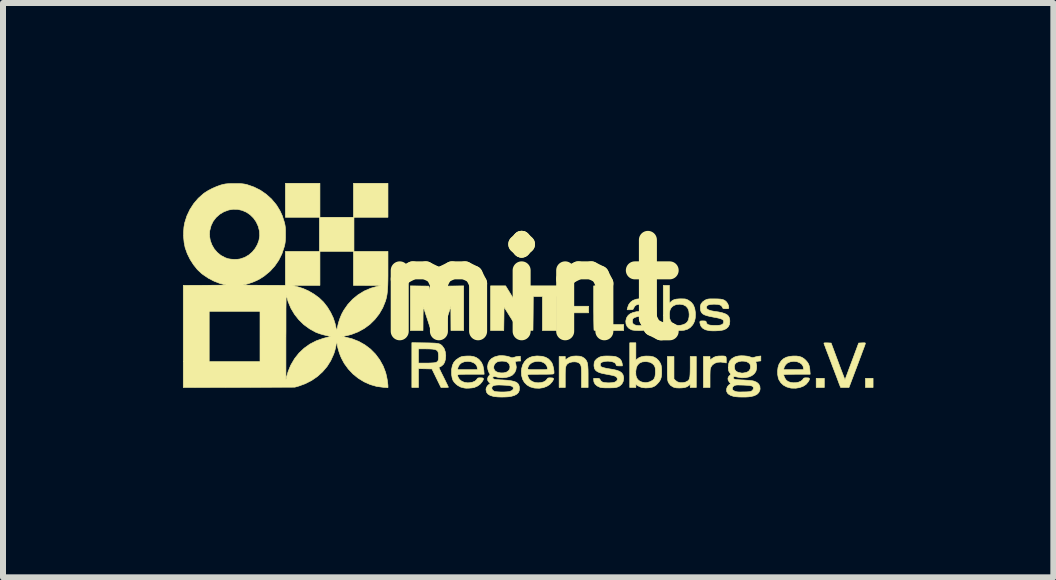
<source format=kicad_pcb>
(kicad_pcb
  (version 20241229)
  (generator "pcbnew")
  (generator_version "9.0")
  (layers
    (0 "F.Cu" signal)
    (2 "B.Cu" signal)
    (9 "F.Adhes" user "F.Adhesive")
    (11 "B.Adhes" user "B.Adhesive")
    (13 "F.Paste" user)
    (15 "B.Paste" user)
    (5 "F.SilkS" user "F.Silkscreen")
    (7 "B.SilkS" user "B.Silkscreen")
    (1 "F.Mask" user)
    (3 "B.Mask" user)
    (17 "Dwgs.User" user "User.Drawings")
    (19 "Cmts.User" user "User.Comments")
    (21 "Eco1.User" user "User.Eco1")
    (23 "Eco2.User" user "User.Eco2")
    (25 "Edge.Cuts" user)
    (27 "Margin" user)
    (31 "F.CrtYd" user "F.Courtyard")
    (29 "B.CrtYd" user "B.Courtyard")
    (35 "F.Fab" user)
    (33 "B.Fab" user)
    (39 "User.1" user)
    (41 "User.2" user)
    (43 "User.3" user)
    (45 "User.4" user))
  (footprint "mint"
    (layer "F.Cu")
    (at 5.754 1.783)
    (property "Reference" "mint" (at 0 0 0) (layer "F.SilkS") (effects (font (size 1.524 1.524) (thickness 0.3))))
    (attr through_hole)
    (fp_poly (pts (xy -0.728 0.677) (xy -0.965 0.677) (xy -0.965 -0.068) (xy -0.728 -0.068) (xy -0.728 0.677)) (stroke (width 0.01) (type solid)) (fill yes) (layer "F.SilkS"))
    (fp_poly (pts (xy 1.008 0.381) (xy 0.601 0.381) (xy 0.601 0.271) (xy 1.008 0.271) (xy 1.008 0.381)) (stroke (width 0.01) (type solid)) (fill yes) (layer "F.SilkS"))
    (fp_poly (pts (xy 4.936 1.626) (xy 4.801 1.626) (xy 4.801 1.473) (xy 4.936 1.473) (xy 4.936 1.626)) (stroke (width 0.01) (type solid)) (fill yes) (layer "F.SilkS"))
    (fp_poly (pts (xy 5.749 1.626) (xy 5.622 1.626) (xy 5.622 1.473) (xy 5.749 1.473) (xy 5.749 1.626)) (stroke (width 0.01) (type solid)) (fill yes) (layer "F.SilkS"))
    (fp_poly (pts (xy 1.211 0.576) (xy 1.592 0.576) (xy 1.592 0.677) (xy 1.348 0.677) (xy 1.285 0.677) (xy 1.228 0.677) (xy 1.178 0.676) (xy 1.139 0.675) (xy 1.112 0.673) (xy 1.099 0.672) (xy 1.098 0.672) (xy 1.097 0.662) (xy 1.096 0.638) (xy 1.095 0.6) (xy 1.094 0.55) (xy 1.093 0.491) (xy 1.093 0.423) (xy 1.092 0.349) (xy 1.092 0.299) (xy 1.092 -0.068) (xy 1.211 -0.068) (xy 1.211 0.576)) (stroke (width 0.01) (type solid)) (fill yes) (layer "F.SilkS"))
    (fp_poly (pts (xy 3.253 1.101) (xy 3.279 1.104) (xy 3.293 1.111) (xy 3.3 1.125) (xy 3.302 1.148) (xy 3.302 1.164) (xy 3.302 1.217) (xy 3.27 1.21) (xy 3.209 1.202) (xy 3.154 1.206) (xy 3.107 1.223) (xy 3.07 1.251) (xy 3.051 1.278) (xy 3.044 1.292) (xy 3.039 1.306) (xy 3.035 1.323) (xy 3.033 1.346) (xy 3.032 1.377) (xy 3.031 1.42) (xy 3.031 1.47) (xy 3.031 1.626) (xy 2.921 1.626) (xy 2.921 1.109) (xy 3.031 1.109) (xy 3.031 1.169) (xy 3.063 1.144) (xy 3.097 1.122) (xy 3.133 1.108) (xy 3.175 1.102) (xy 3.214 1.101) (xy 3.253 1.101)) (stroke (width 0.01) (type solid)) (fill yes) (layer "F.SilkS"))
    (fp_poly (pts (xy -0.262 0.118) (xy -0.148 0.304) (xy -0.146 0.118) (xy -0.144 -0.068) (xy 0.711 -0.068) (xy 0.711 0.11) (xy 0.474 0.11) (xy 0.474 0.677) (xy 0.237 0.677) (xy 0.237 0.11) (xy 0.085 0.11) (xy 0.083 0.392) (xy 0.08 0.673) (xy -0.034 0.675) (xy -0.081 0.676) (xy -0.114 0.676) (xy -0.136 0.674) (xy -0.15 0.671) (xy -0.159 0.666) (xy -0.162 0.663) (xy -0.17 0.652) (xy -0.186 0.628) (xy -0.207 0.595) (xy -0.234 0.553) (xy -0.264 0.506) (xy -0.289 0.466) (xy -0.402 0.285) (xy -0.404 0.481) (xy -0.407 0.677) (xy -0.627 0.677) (xy -0.627 -0.068) (xy -0.376 -0.068) (xy -0.262 0.118)) (stroke (width 0.01) (type solid)) (fill yes) (layer "F.SilkS"))
    (fp_poly (pts (xy 2.43 1.483) (xy 2.458 1.511) (xy 2.491 1.534) (xy 2.534 1.545) (xy 2.579 1.546) (xy 2.624 1.536) (xy 2.657 1.519) (xy 2.671 1.507) (xy 2.682 1.493) (xy 2.689 1.474) (xy 2.695 1.447) (xy 2.698 1.412) (xy 2.7 1.364) (xy 2.701 1.303) (xy 2.701 1.279) (xy 2.701 1.109) (xy 2.802 1.109) (xy 2.802 1.626) (xy 2.701 1.626) (xy 2.701 1.573) (xy 2.675 1.595) (xy 2.646 1.614) (xy 2.611 1.626) (xy 2.567 1.632) (xy 2.519 1.634) (xy 2.47 1.632) (xy 2.434 1.624) (xy 2.417 1.618) (xy 2.374 1.591) (xy 2.344 1.553) (xy 2.333 1.531) (xy 2.329 1.517) (xy 2.325 1.498) (xy 2.323 1.472) (xy 2.321 1.436) (xy 2.32 1.388) (xy 2.32 1.327) (xy 2.32 1.304) (xy 2.32 1.109) (xy 2.43 1.109) (xy 2.43 1.483)) (stroke (width 0.01) (type solid)) (fill yes) (layer "F.SilkS"))
    (fp_poly (pts (xy -1.075 0.677) (xy -1.287 0.677) (xy -1.288 0.476) (xy -1.289 0.275) (xy -1.419 0.673) (xy -1.62 0.673) (xy -1.68 0.487) (xy -1.698 0.433) (xy -1.714 0.384) (xy -1.727 0.343) (xy -1.738 0.311) (xy -1.744 0.292) (xy -1.746 0.288) (xy -1.747 0.292) (xy -1.749 0.312) (xy -1.75 0.343) (xy -1.751 0.386) (xy -1.752 0.437) (xy -1.752 0.476) (xy -1.753 0.677) (xy -1.964 0.677) (xy -1.964 -0.068) (xy -1.81 -0.066) (xy -1.656 -0.064) (xy -1.591 0.14) (xy -1.574 0.196) (xy -1.557 0.247) (xy -1.543 0.291) (xy -1.532 0.326) (xy -1.525 0.348) (xy -1.523 0.356) (xy -1.519 0.351) (xy -1.511 0.333) (xy -1.499 0.302) (xy -1.484 0.261) (xy -1.466 0.212) (xy -1.447 0.156) (xy -1.446 0.152) (xy -1.374 -0.064) (xy -1.225 -0.066) (xy -1.075 -0.068) (xy -1.075 0.677)) (stroke (width 0.01) (type solid)) (fill yes) (layer "F.SilkS"))
    (fp_poly (pts (xy 0.855 1.104) (xy 0.897 1.115) (xy 0.932 1.136) (xy 0.95 1.152) (xy 0.964 1.169) (xy 0.976 1.189) (xy 0.985 1.212) (xy 0.991 1.241) (xy 0.995 1.279) (xy 0.998 1.328) (xy 0.999 1.39) (xy 0.999 1.448) (xy 0.999 1.626) (xy 0.889 1.626) (xy 0.889 1.45) (xy 0.889 1.386) (xy 0.888 1.337) (xy 0.886 1.3) (xy 0.882 1.272) (xy 0.876 1.253) (xy 0.868 1.238) (xy 0.857 1.226) (xy 0.844 1.216) (xy 0.815 1.203) (xy 0.777 1.198) (xy 0.735 1.2) (xy 0.696 1.209) (xy 0.682 1.215) (xy 0.662 1.227) (xy 0.647 1.24) (xy 0.635 1.257) (xy 0.627 1.28) (xy 0.622 1.31) (xy 0.619 1.352) (xy 0.618 1.406) (xy 0.618 1.458) (xy 0.618 1.626) (xy 0.516 1.626) (xy 0.516 1.109) (xy 0.618 1.109) (xy 0.618 1.169) (xy 0.65 1.144) (xy 0.69 1.12) (xy 0.738 1.105) (xy 0.797 1.101) (xy 0.8 1.101) (xy 0.855 1.104)) (stroke (width 0.01) (type solid)) (fill yes) (layer "F.SilkS"))
    (fp_poly (pts (xy 5.614 0.882) (xy 5.62 0.886) (xy 5.62 0.894) (xy 5.619 0.899) (xy 5.615 0.911) (xy 5.606 0.937) (xy 5.592 0.975) (xy 5.573 1.024) (xy 5.552 1.082) (xy 5.527 1.148) (xy 5.501 1.219) (xy 5.481 1.272) (xy 5.347 1.626) (xy 5.209 1.626) (xy 5.196 1.594) (xy 5.19 1.579) (xy 5.179 1.551) (xy 5.164 1.51) (xy 5.145 1.459) (xy 5.122 1.399) (xy 5.097 1.333) (xy 5.07 1.263) (xy 5.059 1.232) (xy 5.032 1.161) (xy 5.007 1.094) (xy 4.984 1.035) (xy 4.964 0.983) (xy 4.949 0.941) (xy 4.937 0.911) (xy 4.931 0.894) (xy 4.93 0.891) (xy 4.931 0.885) (xy 4.943 0.882) (xy 4.968 0.882) (xy 4.988 0.882) (xy 5.05 0.885) (xy 5.164 1.191) (xy 5.189 1.259) (xy 5.213 1.322) (xy 5.234 1.377) (xy 5.252 1.424) (xy 5.266 1.46) (xy 5.276 1.485) (xy 5.28 1.495) (xy 5.281 1.495) (xy 5.284 1.487) (xy 5.293 1.465) (xy 5.306 1.43) (xy 5.323 1.385) (xy 5.343 1.33) (xy 5.366 1.269) (xy 5.391 1.202) (xy 5.396 1.189) (xy 5.509 0.885) (xy 5.567 0.882) (xy 5.597 0.881) (xy 5.614 0.882)) (stroke (width 0.01) (type solid)) (fill yes) (layer "F.SilkS"))
    (fp_poly (pts (xy -1.725 0.882) (xy -1.653 0.883) (xy -1.596 0.885) (xy -1.551 0.887) (xy -1.517 0.891) (xy -1.491 0.896) (xy -1.471 0.903) (xy -1.455 0.913) (xy -1.44 0.925) (xy -1.429 0.937) (xy -1.399 0.98) (xy -1.381 1.034) (xy -1.374 1.094) (xy -1.379 1.155) (xy -1.392 1.203) (xy -1.412 1.239) (xy -1.443 1.267) (xy -1.488 1.292) (xy -1.489 1.292) (xy -1.486 1.3) (xy -1.476 1.32) (xy -1.461 1.352) (xy -1.442 1.391) (xy -1.419 1.437) (xy -1.41 1.455) (xy -1.386 1.503) (xy -1.365 1.546) (xy -1.348 1.581) (xy -1.336 1.607) (xy -1.33 1.62) (xy -1.329 1.621) (xy -1.337 1.623) (xy -1.358 1.625) (xy -1.387 1.626) (xy -1.391 1.626) (xy -1.453 1.626) (xy -1.529 1.471) (xy -1.604 1.317) (xy -1.717 1.314) (xy -1.829 1.312) (xy -1.829 1.626) (xy -1.939 1.626) (xy -1.939 1.219) (xy -1.829 1.219) (xy -1.704 1.219) (xy -1.657 1.219) (xy -1.613 1.217) (xy -1.577 1.215) (xy -1.553 1.212) (xy -1.548 1.211) (xy -1.524 1.202) (xy -1.508 1.189) (xy -1.499 1.17) (xy -1.495 1.14) (xy -1.494 1.104) (xy -1.496 1.067) (xy -1.501 1.038) (xy -1.511 1.017) (xy -1.53 1.002) (xy -1.557 0.992) (xy -1.597 0.986) (xy -1.649 0.983) (xy -1.712 0.982) (xy -1.829 0.982) (xy -1.829 1.219) (xy -1.939 1.219) (xy -1.939 0.879) (xy -1.725 0.882)) (stroke (width 0.01) (type solid)) (fill yes) (layer "F.SilkS"))
    (fp_poly (pts (xy 2.354 0.222) (xy 2.375 0.201) (xy 2.403 0.177) (xy 2.432 0.162) (xy 2.469 0.153) (xy 2.515 0.149) (xy 2.544 0.148) (xy 2.584 0.149) (xy 2.613 0.15) (xy 2.634 0.155) (xy 2.654 0.163) (xy 2.673 0.173) (xy 2.72 0.207) (xy 2.754 0.251) (xy 2.776 0.307) (xy 2.787 0.374) (xy 2.788 0.407) (xy 2.785 0.468) (xy 2.774 0.519) (xy 2.753 0.564) (xy 2.736 0.589) (xy 2.699 0.628) (xy 2.655 0.655) (xy 2.602 0.671) (xy 2.553 0.676) (xy 2.493 0.675) (xy 2.445 0.667) (xy 2.404 0.651) (xy 2.385 0.64) (xy 2.355 0.619) (xy 2.352 0.646) (xy 2.35 0.661) (xy 2.344 0.67) (xy 2.33 0.674) (xy 2.304 0.675) (xy 2.301 0.676) (xy 2.252 0.678) (xy 2.252 0.421) (xy 2.354 0.421) (xy 2.359 0.478) (xy 2.376 0.522) (xy 2.405 0.555) (xy 2.447 0.578) (xy 2.452 0.58) (xy 2.494 0.591) (xy 2.535 0.59) (xy 2.579 0.58) (xy 2.621 0.562) (xy 2.652 0.535) (xy 2.672 0.498) (xy 2.682 0.449) (xy 2.684 0.406) (xy 2.678 0.349) (xy 2.659 0.303) (xy 2.628 0.269) (xy 2.585 0.247) (xy 2.531 0.238) (xy 2.522 0.238) (xy 2.469 0.243) (xy 2.424 0.262) (xy 2.398 0.282) (xy 2.376 0.309) (xy 2.362 0.343) (xy 2.355 0.386) (xy 2.354 0.421) (xy 2.252 0.421) (xy 2.252 -0.076) (xy 2.354 -0.076) (xy 2.354 0.222)) (stroke (width 0.01) (type solid)) (fill yes) (layer "F.SilkS"))
    (fp_poly (pts (xy 1.795 1.171) (xy 1.814 1.154) (xy 1.846 1.13) (xy 1.882 1.115) (xy 1.928 1.105) (xy 1.966 1.102) (xy 2.034 1.104) (xy 2.091 1.116) (xy 2.137 1.141) (xy 2.174 1.177) (xy 2.198 1.213) (xy 2.21 1.237) (xy 2.217 1.26) (xy 2.222 1.287) (xy 2.225 1.324) (xy 2.225 1.339) (xy 2.225 1.401) (xy 2.219 1.452) (xy 2.206 1.494) (xy 2.183 1.531) (xy 2.156 1.562) (xy 2.126 1.591) (xy 2.097 1.609) (xy 2.066 1.621) (xy 2.015 1.63) (xy 1.959 1.633) (xy 1.907 1.628) (xy 1.882 1.622) (xy 1.853 1.61) (xy 1.825 1.595) (xy 1.821 1.592) (xy 1.795 1.574) (xy 1.795 1.626) (xy 1.693 1.626) (xy 1.693 1.375) (xy 1.793 1.375) (xy 1.796 1.423) (xy 1.806 1.459) (xy 1.824 1.489) (xy 1.846 1.51) (xy 1.872 1.526) (xy 1.9 1.537) (xy 1.903 1.537) (xy 1.926 1.541) (xy 1.942 1.544) (xy 1.943 1.545) (xy 1.964 1.545) (xy 1.994 1.54) (xy 2.027 1.531) (xy 2.046 1.522) (xy 2.079 1.503) (xy 2.101 1.478) (xy 2.114 1.444) (xy 2.12 1.398) (xy 2.121 1.367) (xy 2.12 1.328) (xy 2.118 1.301) (xy 2.112 1.281) (xy 2.103 1.263) (xy 2.102 1.26) (xy 2.071 1.227) (xy 2.029 1.205) (xy 1.975 1.195) (xy 1.955 1.194) (xy 1.9 1.2) (xy 1.857 1.219) (xy 1.824 1.251) (xy 1.803 1.294) (xy 1.794 1.351) (xy 1.793 1.375) (xy 1.693 1.375) (xy 1.693 0.881) (xy 1.795 0.881) (xy 1.795 1.171)) (stroke (width 0.01) (type solid)) (fill yes) (layer "F.SilkS"))
    (fp_poly (pts (xy 4.522 1.109) (xy 4.562 1.123) (xy 4.598 1.146) (xy 4.627 1.172) (xy 4.654 1.203) (xy 4.673 1.234) (xy 4.686 1.27) (xy 4.694 1.316) (xy 4.696 1.344) (xy 4.701 1.405) (xy 4.48 1.405) (xy 4.403 1.406) (xy 4.342 1.407) (xy 4.298 1.408) (xy 4.27 1.411) (xy 4.259 1.414) (xy 4.259 1.414) (xy 4.263 1.433) (xy 4.274 1.459) (xy 4.288 1.485) (xy 4.302 1.504) (xy 4.303 1.505) (xy 4.333 1.527) (xy 4.373 1.541) (xy 4.418 1.547) (xy 4.464 1.546) (xy 4.508 1.537) (xy 4.546 1.521) (xy 4.573 1.499) (xy 4.579 1.491) (xy 4.588 1.476) (xy 4.6 1.468) (xy 4.618 1.465) (xy 4.642 1.465) (xy 4.671 1.466) (xy 4.687 1.473) (xy 4.69 1.486) (xy 4.681 1.509) (xy 4.666 1.534) (xy 4.631 1.575) (xy 4.583 1.606) (xy 4.526 1.627) (xy 4.461 1.638) (xy 4.392 1.637) (xy 4.371 1.634) (xy 4.31 1.617) (xy 4.256 1.588) (xy 4.212 1.547) (xy 4.18 1.497) (xy 4.169 1.466) (xy 4.159 1.412) (xy 4.157 1.353) (xy 4.16 1.329) (xy 4.257 1.329) (xy 4.589 1.329) (xy 4.589 1.305) (xy 4.581 1.269) (xy 4.559 1.237) (xy 4.525 1.213) (xy 4.481 1.196) (xy 4.43 1.19) (xy 4.428 1.19) (xy 4.372 1.197) (xy 4.325 1.216) (xy 4.29 1.248) (xy 4.267 1.29) (xy 4.263 1.306) (xy 4.257 1.329) (xy 4.16 1.329) (xy 4.164 1.295) (xy 4.179 1.245) (xy 4.187 1.229) (xy 4.219 1.18) (xy 4.258 1.145) (xy 4.305 1.121) (xy 4.363 1.107) (xy 4.412 1.102) (xy 4.473 1.102) (xy 4.522 1.109)) (stroke (width 0.01) (type solid)) (fill yes) (layer "F.SilkS"))
    (fp_poly (pts (xy -0.961 1.102) (xy -0.911 1.11) (xy -0.869 1.125) (xy -0.831 1.15) (xy -0.819 1.16) (xy -0.781 1.204) (xy -0.755 1.259) (xy -0.741 1.325) (xy -0.739 1.343) (xy -0.734 1.405) (xy -0.956 1.405) (xy -1.024 1.405) (xy -1.077 1.406) (xy -1.117 1.407) (xy -1.145 1.408) (xy -1.163 1.412) (xy -1.173 1.417) (xy -1.177 1.424) (xy -1.175 1.434) (xy -1.17 1.447) (xy -1.168 1.454) (xy -1.145 1.491) (xy -1.109 1.521) (xy -1.064 1.54) (xy -1.012 1.548) (xy -0.983 1.547) (xy -0.929 1.538) (xy -0.887 1.52) (xy -0.86 1.496) (xy -0.857 1.491) (xy -0.847 1.476) (xy -0.836 1.468) (xy -0.818 1.465) (xy -0.794 1.465) (xy -0.764 1.466) (xy -0.748 1.473) (xy -0.745 1.486) (xy -0.754 1.509) (xy -0.77 1.534) (xy -0.802 1.571) (xy -0.844 1.602) (xy -0.892 1.623) (xy -0.899 1.626) (xy -0.94 1.633) (xy -0.988 1.637) (xy -1.034 1.638) (xy -1.067 1.634) (xy -1.125 1.619) (xy -1.174 1.592) (xy -1.202 1.57) (xy -1.233 1.538) (xy -1.254 1.506) (xy -1.267 1.468) (xy -1.275 1.42) (xy -1.277 1.387) (xy -1.276 1.329) (xy -1.178 1.329) (xy -0.847 1.329) (xy -0.847 1.305) (xy -0.855 1.269) (xy -0.877 1.237) (xy -0.911 1.213) (xy -0.954 1.197) (xy -1.005 1.191) (xy -1.008 1.191) (xy -1.064 1.197) (xy -1.11 1.215) (xy -1.145 1.245) (xy -1.167 1.284) (xy -1.172 1.302) (xy -1.178 1.329) (xy -1.276 1.329) (xy -1.275 1.316) (xy -1.263 1.257) (xy -1.24 1.208) (xy -1.204 1.167) (xy -1.155 1.133) (xy -1.15 1.13) (xy -1.126 1.118) (xy -1.103 1.11) (xy -1.076 1.106) (xy -1.04 1.103) (xy -1.023 1.102) (xy -0.961 1.102)) (stroke (width 0.01) (type solid)) (fill yes) (layer "F.SilkS"))
    (fp_poly (pts (xy 1.354 1.102) (xy 1.401 1.104) (xy 1.434 1.107) (xy 1.46 1.112) (xy 1.481 1.12) (xy 1.492 1.125) (xy 1.532 1.152) (xy 1.557 1.189) (xy 1.568 1.232) (xy 1.571 1.266) (xy 1.52 1.266) (xy 1.491 1.265) (xy 1.476 1.262) (xy 1.468 1.256) (xy 1.466 1.248) (xy 1.457 1.225) (xy 1.435 1.209) (xy 1.399 1.196) (xy 1.377 1.192) (xy 1.33 1.187) (xy 1.287 1.19) (xy 1.273 1.193) (xy 1.238 1.201) (xy 1.216 1.212) (xy 1.205 1.226) (xy 1.202 1.245) (xy 1.203 1.26) (xy 1.208 1.271) (xy 1.218 1.281) (xy 1.236 1.289) (xy 1.263 1.297) (xy 1.301 1.306) (xy 1.352 1.315) (xy 1.414 1.325) (xy 1.477 1.339) (xy 1.526 1.358) (xy 1.56 1.383) (xy 1.581 1.415) (xy 1.591 1.455) (xy 1.592 1.475) (xy 1.584 1.524) (xy 1.562 1.567) (xy 1.527 1.6) (xy 1.512 1.608) (xy 1.493 1.617) (xy 1.475 1.623) (xy 1.455 1.627) (xy 1.427 1.63) (xy 1.389 1.631) (xy 1.351 1.632) (xy 1.285 1.632) (xy 1.236 1.629) (xy 1.203 1.624) (xy 1.198 1.623) (xy 1.149 1.6) (xy 1.115 1.57) (xy 1.096 1.533) (xy 1.092 1.499) (xy 1.092 1.473) (xy 1.141 1.473) (xy 1.169 1.474) (xy 1.185 1.478) (xy 1.194 1.486) (xy 1.202 1.501) (xy 1.217 1.521) (xy 1.239 1.536) (xy 1.272 1.544) (xy 1.318 1.548) (xy 1.344 1.549) (xy 1.401 1.546) (xy 1.443 1.537) (xy 1.47 1.521) (xy 1.483 1.504) (xy 1.488 1.484) (xy 1.481 1.465) (xy 1.479 1.462) (xy 1.47 1.45) (xy 1.457 1.441) (xy 1.437 1.433) (xy 1.409 1.425) (xy 1.369 1.417) (xy 1.316 1.407) (xy 1.304 1.405) (xy 1.237 1.392) (xy 1.185 1.377) (xy 1.147 1.358) (xy 1.12 1.335) (xy 1.105 1.307) (xy 1.098 1.272) (xy 1.097 1.253) (xy 1.101 1.211) (xy 1.115 1.178) (xy 1.143 1.149) (xy 1.16 1.137) (xy 1.189 1.12) (xy 1.221 1.109) (xy 1.261 1.103) (xy 1.312 1.101) (xy 1.354 1.102)) (stroke (width 0.01) (type solid)) (fill yes) (layer "F.SilkS"))
    (fp_poly (pts (xy 0.233 1.106) (xy 0.292 1.123) (xy 0.341 1.152) (xy 0.38 1.194) (xy 0.394 1.214) (xy 0.405 1.239) (xy 0.415 1.273) (xy 0.424 1.311) (xy 0.429 1.346) (xy 0.431 1.376) (xy 0.429 1.392) (xy 0.426 1.396) (xy 0.419 1.399) (xy 0.406 1.402) (xy 0.385 1.403) (xy 0.355 1.404) (xy 0.312 1.405) (xy 0.257 1.405) (xy 0.208 1.405) (xy 0.142 1.406) (xy 0.091 1.406) (xy 0.053 1.406) (xy 0.026 1.407) (xy 0.009 1.409) (xy -0.002 1.412) (xy -0.007 1.415) (xy -0.008 1.42) (xy -0.008 1.423) (xy -0.001 1.452) (xy 0.017 1.484) (xy 0.042 1.51) (xy 0.078 1.531) (xy 0.121 1.544) (xy 0.167 1.548) (xy 0.214 1.544) (xy 0.256 1.533) (xy 0.29 1.514) (xy 0.311 1.491) (xy 0.321 1.476) (xy 0.332 1.468) (xy 0.351 1.465) (xy 0.375 1.465) (xy 0.405 1.467) (xy 0.421 1.473) (xy 0.423 1.487) (xy 0.413 1.51) (xy 0.399 1.532) (xy 0.36 1.575) (xy 0.31 1.607) (xy 0.251 1.629) (xy 0.184 1.639) (xy 0.113 1.636) (xy 0.095 1.633) (xy 0.032 1.615) (xy -0.021 1.583) (xy -0.063 1.541) (xy -0.093 1.488) (xy -0.11 1.426) (xy -0.114 1.356) (xy -0.109 1.312) (xy -0.108 1.307) (xy -0.008 1.307) (xy -0.007 1.316) (xy 0.002 1.323) (xy 0.019 1.327) (xy 0.048 1.329) (xy 0.09 1.329) (xy 0.146 1.329) (xy 0.157 1.329) (xy 0.213 1.329) (xy 0.255 1.329) (xy 0.285 1.328) (xy 0.304 1.326) (xy 0.315 1.324) (xy 0.32 1.32) (xy 0.322 1.315) (xy 0.322 1.312) (xy 0.319 1.293) (xy 0.311 1.268) (xy 0.31 1.267) (xy 0.288 1.234) (xy 0.255 1.21) (xy 0.214 1.195) (xy 0.169 1.189) (xy 0.123 1.193) (xy 0.08 1.205) (xy 0.042 1.226) (xy 0.014 1.256) (xy 0.003 1.275) (xy -0.004 1.293) (xy -0.008 1.307) (xy -0.108 1.307) (xy -0.092 1.25) (xy -0.062 1.197) (xy -0.024 1.156) (xy 0.021 1.127) (xy 0.074 1.109) (xy 0.138 1.101) (xy 0.161 1.101) (xy 0.233 1.106)) (stroke (width 0.01) (type solid)) (fill yes) (layer "F.SilkS"))
    (fp_poly (pts (xy 1.917 0.145) (xy 1.987 0.153) (xy 2.042 0.171) (xy 2.084 0.198) (xy 2.113 0.234) (xy 2.128 0.281) (xy 2.128 0.284) (xy 2.13 0.302) (xy 2.131 0.335) (xy 2.132 0.378) (xy 2.133 0.428) (xy 2.134 0.483) (xy 2.134 0.495) (xy 2.135 0.673) (xy 2.091 0.676) (xy 2.059 0.675) (xy 2.041 0.669) (xy 2.033 0.653) (xy 2.032 0.637) (xy 2.032 0.619) (xy 2.001 0.639) (xy 1.974 0.655) (xy 1.945 0.667) (xy 1.94 0.669) (xy 1.91 0.674) (xy 1.87 0.676) (xy 1.826 0.676) (xy 1.782 0.674) (xy 1.746 0.67) (xy 1.724 0.665) (xy 1.68 0.641) (xy 1.649 0.608) (xy 1.631 0.567) (xy 1.627 0.52) (xy 1.629 0.51) (xy 1.737 0.51) (xy 1.738 0.54) (xy 1.747 0.562) (xy 1.769 0.579) (xy 1.802 0.591) (xy 1.844 0.595) (xy 1.889 0.594) (xy 1.934 0.585) (xy 1.962 0.575) (xy 1.99 0.559) (xy 2.009 0.536) (xy 2.015 0.523) (xy 2.025 0.496) (xy 2.031 0.471) (xy 2.032 0.464) (xy 2.03 0.45) (xy 2.022 0.442) (xy 2.003 0.437) (xy 1.993 0.435) (xy 1.948 0.432) (xy 1.9 0.433) (xy 1.852 0.439) (xy 1.809 0.448) (xy 1.774 0.46) (xy 1.75 0.475) (xy 1.744 0.483) (xy 1.737 0.51) (xy 1.629 0.51) (xy 1.638 0.472) (xy 1.644 0.459) (xy 1.667 0.424) (xy 1.701 0.397) (xy 1.746 0.377) (xy 1.804 0.363) (xy 1.876 0.357) (xy 1.928 0.356) (xy 1.973 0.355) (xy 2.004 0.354) (xy 2.023 0.35) (xy 2.031 0.342) (xy 2.032 0.329) (xy 2.027 0.308) (xy 2.023 0.295) (xy 2.01 0.268) (xy 1.985 0.25) (xy 1.948 0.239) (xy 1.897 0.236) (xy 1.892 0.236) (xy 1.843 0.239) (xy 1.806 0.249) (xy 1.781 0.267) (xy 1.763 0.294) (xy 1.762 0.297) (xy 1.754 0.315) (xy 1.745 0.325) (xy 1.73 0.329) (xy 1.705 0.33) (xy 1.699 0.33) (xy 1.65 0.33) (xy 1.655 0.303) (xy 1.674 0.248) (xy 1.705 0.205) (xy 1.747 0.174) (xy 1.802 0.154) (xy 1.87 0.145) (xy 1.917 0.145)) (stroke (width 0.01) (type solid)) (fill yes) (layer "F.SilkS"))
    (fp_poly (pts (xy 3.163 0.15) (xy 3.206 0.153) (xy 3.239 0.159) (xy 3.264 0.168) (xy 3.286 0.182) (xy 3.301 0.195) (xy 3.323 0.224) (xy 3.339 0.26) (xy 3.344 0.292) (xy 3.343 0.304) (xy 3.337 0.31) (xy 3.322 0.313) (xy 3.295 0.313) (xy 3.268 0.313) (xy 3.252 0.309) (xy 3.243 0.302) (xy 3.237 0.288) (xy 3.222 0.265) (xy 3.198 0.25) (xy 3.162 0.241) (xy 3.112 0.238) (xy 3.085 0.238) (xy 3.037 0.242) (xy 3.003 0.25) (xy 2.983 0.262) (xy 2.973 0.281) (xy 2.972 0.294) (xy 2.98 0.315) (xy 3.005 0.332) (xy 3.046 0.346) (xy 3.098 0.356) (xy 3.174 0.367) (xy 3.234 0.38) (xy 3.281 0.396) (xy 3.315 0.414) (xy 3.339 0.437) (xy 3.353 0.465) (xy 3.36 0.499) (xy 3.361 0.525) (xy 3.355 0.575) (xy 3.334 0.615) (xy 3.3 0.646) (xy 3.259 0.665) (xy 3.228 0.672) (xy 3.184 0.678) (xy 3.134 0.681) (xy 3.084 0.682) (xy 3.037 0.68) (xy 3.012 0.677) (xy 2.956 0.664) (xy 2.914 0.642) (xy 2.886 0.613) (xy 2.878 0.599) (xy 2.868 0.571) (xy 2.862 0.546) (xy 2.862 0.54) (xy 2.863 0.527) (xy 2.868 0.52) (xy 2.881 0.517) (xy 2.907 0.516) (xy 2.912 0.516) (xy 2.941 0.517) (xy 2.957 0.52) (xy 2.965 0.527) (xy 2.968 0.537) (xy 2.976 0.558) (xy 2.989 0.572) (xy 3.01 0.582) (xy 3.041 0.588) (xy 3.086 0.591) (xy 3.098 0.591) (xy 3.156 0.591) (xy 3.2 0.587) (xy 3.23 0.577) (xy 3.249 0.562) (xy 3.256 0.547) (xy 3.259 0.526) (xy 3.255 0.509) (xy 3.242 0.495) (xy 3.218 0.483) (xy 3.182 0.472) (xy 3.132 0.461) (xy 3.092 0.454) (xy 3.026 0.441) (xy 2.975 0.428) (xy 2.936 0.414) (xy 2.909 0.398) (xy 2.89 0.378) (xy 2.878 0.354) (xy 2.872 0.33) (xy 2.869 0.278) (xy 2.88 0.235) (xy 2.907 0.2) (xy 2.949 0.17) (xy 2.951 0.169) (xy 2.969 0.161) (xy 2.986 0.155) (xy 3.006 0.151) (xy 3.032 0.149) (xy 3.069 0.149) (xy 3.107 0.149) (xy 3.163 0.15)) (stroke (width 0.01) (type solid)) (fill yes) (layer "F.SilkS"))
    (fp_poly (pts (xy -0.387 1.099) (xy -0.341 1.107) (xy -0.303 1.119) (xy -0.294 1.123) (xy -0.277 1.13) (xy -0.26 1.13) (xy -0.237 1.124) (xy -0.234 1.123) (xy -0.203 1.113) (xy -0.171 1.108) (xy -0.165 1.107) (xy -0.131 1.105) (xy -0.129 1.145) (xy -0.126 1.185) (xy -0.154 1.185) (xy -0.18 1.187) (xy -0.2 1.19) (xy -0.21 1.194) (xy -0.214 1.202) (xy -0.211 1.217) (xy -0.206 1.235) (xy -0.198 1.286) (xy -0.205 1.335) (xy -0.226 1.38) (xy -0.26 1.416) (xy -0.268 1.422) (xy -0.314 1.445) (xy -0.371 1.459) (xy -0.432 1.464) (xy -0.493 1.459) (xy -0.525 1.451) (xy -0.551 1.444) (xy -0.567 1.442) (xy -0.577 1.446) (xy -0.583 1.451) (xy -0.592 1.463) (xy -0.588 1.473) (xy -0.582 1.479) (xy -0.573 1.485) (xy -0.559 1.489) (xy -0.537 1.493) (xy -0.504 1.496) (xy -0.458 1.499) (xy -0.43 1.5) (xy -0.352 1.505) (xy -0.288 1.513) (xy -0.238 1.524) (xy -0.201 1.538) (xy -0.174 1.557) (xy -0.157 1.581) (xy -0.148 1.611) (xy -0.146 1.625) (xy -0.147 1.671) (xy -0.161 1.708) (xy -0.189 1.736) (xy -0.231 1.759) (xy -0.285 1.774) (xy -0.331 1.781) (xy -0.387 1.784) (xy -0.448 1.785) (xy -0.507 1.783) (xy -0.559 1.778) (xy -0.581 1.774) (xy -0.633 1.758) (xy -0.67 1.736) (xy -0.693 1.706) (xy -0.702 1.668) (xy -0.703 1.656) (xy -0.696 1.627) (xy -0.695 1.626) (xy -0.605 1.626) (xy -0.605 1.649) (xy -0.591 1.671) (xy -0.568 1.688) (xy -0.557 1.692) (xy -0.533 1.696) (xy -0.496 1.699) (xy -0.453 1.701) (xy -0.408 1.701) (xy -0.366 1.699) (xy -0.331 1.696) (xy -0.312 1.693) (xy -0.275 1.679) (xy -0.253 1.66) (xy -0.247 1.638) (xy -0.248 1.632) (xy -0.255 1.618) (xy -0.269 1.607) (xy -0.291 1.599) (xy -0.324 1.593) (xy -0.369 1.589) (xy -0.428 1.586) (xy -0.487 1.584) (xy -0.532 1.586) (xy -0.564 1.591) (xy -0.586 1.6) (xy -0.6 1.613) (xy -0.605 1.626) (xy -0.695 1.626) (xy -0.679 1.599) (xy -0.656 1.577) (xy -0.643 1.57) (xy -0.633 1.566) (xy -0.634 1.56) (xy -0.646 1.547) (xy -0.652 1.541) (xy -0.673 1.512) (xy -0.678 1.48) (xy -0.667 1.448) (xy -0.653 1.43) (xy -0.639 1.413) (xy -0.635 1.402) (xy -0.637 1.4) (xy -0.649 1.385) (xy -0.661 1.359) (xy -0.671 1.327) (xy -0.676 1.295) (xy -0.677 1.283) (xy -0.677 1.279) (xy -0.575 1.279) (xy -0.572 1.313) (xy -0.557 1.342) (xy -0.537 1.36) (xy -0.5 1.376) (xy -0.454 1.383) (xy -0.406 1.382) (xy -0.363 1.37) (xy -0.354 1.366) (xy -0.324 1.343) (xy -0.307 1.313) (xy -0.303 1.279) (xy -0.311 1.246) (xy -0.33 1.217) (xy -0.36 1.197) (xy -0.394 1.189) (xy -0.436 1.186) (xy -0.478 1.189) (xy -0.511 1.197) (xy -0.544 1.218) (xy -0.565 1.247) (xy -0.575 1.279) (xy -0.677 1.279) (xy -0.669 1.229) (xy -0.647 1.182) (xy -0.612 1.145) (xy -0.563 1.117) (xy -0.503 1.1) (xy -0.478 1.096) (xy -0.435 1.095) (xy -0.387 1.099)) (stroke (width 0.01) (type solid)) (fill yes) (layer "F.SilkS"))
    (fp_poly (pts (xy 3.603 1.099) (xy 3.652 1.104) (xy 3.692 1.114) (xy 3.698 1.116) (xy 3.726 1.126) (xy 3.745 1.129) (xy 3.762 1.125) (xy 3.77 1.122) (xy 3.796 1.114) (xy 3.827 1.108) (xy 3.838 1.106) (xy 3.878 1.101) (xy 3.878 1.183) (xy 3.839 1.187) (xy 3.815 1.191) (xy 3.8 1.194) (xy 3.797 1.196) (xy 3.796 1.206) (xy 3.801 1.223) (xy 3.809 1.26) (xy 3.808 1.304) (xy 3.799 1.345) (xy 3.794 1.36) (xy 3.767 1.398) (xy 3.728 1.429) (xy 3.679 1.45) (xy 3.622 1.462) (xy 3.56 1.464) (xy 3.495 1.454) (xy 3.485 1.452) (xy 3.453 1.445) (xy 3.433 1.444) (xy 3.423 1.451) (xy 3.421 1.465) (xy 3.421 1.465) (xy 3.423 1.476) (xy 3.43 1.483) (xy 3.446 1.489) (xy 3.471 1.494) (xy 3.508 1.497) (xy 3.558 1.5) (xy 3.59 1.501) (xy 3.647 1.505) (xy 3.698 1.509) (xy 3.739 1.514) (xy 3.765 1.52) (xy 3.811 1.54) (xy 3.844 1.57) (xy 3.862 1.607) (xy 3.866 1.65) (xy 3.861 1.675) (xy 3.843 1.712) (xy 3.812 1.742) (xy 3.766 1.764) (xy 3.713 1.777) (xy 3.673 1.782) (xy 3.623 1.785) (xy 3.567 1.785) (xy 3.512 1.784) (xy 3.463 1.78) (xy 3.428 1.775) (xy 3.38 1.76) (xy 3.343 1.739) (xy 3.322 1.719) (xy 3.307 1.687) (xy 3.307 1.651) (xy 3.31 1.643) (xy 3.404 1.643) (xy 3.406 1.66) (xy 3.416 1.672) (xy 3.437 1.684) (xy 3.44 1.686) (xy 3.456 1.692) (xy 3.475 1.697) (xy 3.498 1.7) (xy 3.529 1.701) (xy 3.572 1.7) (xy 3.591 1.7) (xy 3.639 1.699) (xy 3.673 1.697) (xy 3.696 1.694) (xy 3.713 1.69) (xy 3.725 1.684) (xy 3.731 1.68) (xy 3.75 1.658) (xy 3.755 1.638) (xy 3.752 1.621) (xy 3.743 1.609) (xy 3.726 1.6) (xy 3.698 1.594) (xy 3.658 1.59) (xy 3.604 1.587) (xy 3.582 1.586) (xy 3.534 1.585) (xy 3.498 1.584) (xy 3.474 1.585) (xy 3.457 1.588) (xy 3.443 1.592) (xy 3.431 1.599) (xy 3.431 1.599) (xy 3.411 1.616) (xy 3.404 1.635) (xy 3.404 1.643) (xy 3.31 1.643) (xy 3.319 1.616) (xy 3.342 1.587) (xy 3.352 1.579) (xy 3.377 1.563) (xy 3.352 1.535) (xy 3.333 1.503) (xy 3.33 1.471) (xy 3.344 1.441) (xy 3.363 1.422) (xy 3.373 1.413) (xy 3.374 1.404) (xy 3.368 1.391) (xy 3.358 1.376) (xy 3.345 1.355) (xy 3.339 1.333) (xy 3.336 1.305) (xy 3.336 1.289) (xy 3.437 1.289) (xy 3.445 1.327) (xy 3.466 1.356) (xy 3.499 1.373) (xy 3.512 1.376) (xy 3.535 1.381) (xy 3.551 1.384) (xy 3.552 1.385) (xy 3.568 1.386) (xy 3.595 1.383) (xy 3.625 1.377) (xy 3.651 1.369) (xy 3.655 1.367) (xy 3.683 1.347) (xy 3.701 1.317) (xy 3.707 1.282) (xy 3.7 1.245) (xy 3.696 1.237) (xy 3.675 1.214) (xy 3.643 1.197) (xy 3.603 1.188) (xy 3.559 1.186) (xy 3.516 1.193) (xy 3.491 1.202) (xy 3.462 1.219) (xy 3.445 1.241) (xy 3.438 1.272) (xy 3.437 1.289) (xy 3.336 1.289) (xy 3.336 1.285) (xy 3.342 1.229) (xy 3.36 1.184) (xy 3.391 1.148) (xy 3.437 1.12) (xy 3.467 1.109) (xy 3.504 1.101) (xy 3.551 1.097) (xy 3.603 1.099)) (stroke (width 0.01) (type solid)) (fill yes) (layer "F.SilkS"))
    (fp_poly (pts (xy -3.471 -1.211) (xy -2.913 -1.211) (xy -2.913 -1.778) (xy -2.337 -1.778) (xy -2.337 -1.211) (xy -2.904 -1.211) (xy -2.904 -0.643) (xy -2.337 -0.643) (xy -2.337 -0.337) (xy -2.337 -0.238) (xy -2.338 -0.155) (xy -2.34 -0.084) (xy -2.343 -0.024) (xy -2.347 0.026) (xy -2.352 0.07) (xy -2.359 0.109) (xy -2.367 0.144) (xy -2.377 0.179) (xy -2.379 0.186) (xy -2.424 0.297) (xy -2.483 0.399) (xy -2.555 0.491) (xy -2.638 0.573) (xy -2.732 0.642) (xy -2.834 0.698) (xy -2.945 0.741) (xy -2.993 0.754) (xy -3.029 0.762) (xy -3.063 0.768) (xy -3.087 0.771) (xy -3.09 0.771) (xy -3.1 0.773) (xy -3.094 0.776) (xy -3.072 0.781) (xy -3.057 0.784) (xy -2.936 0.814) (xy -2.824 0.858) (xy -2.721 0.916) (xy -2.628 0.986) (xy -2.546 1.069) (xy -2.476 1.163) (xy -2.418 1.267) (xy -2.383 1.357) (xy -2.371 1.395) (xy -2.36 1.442) (xy -2.35 1.493) (xy -2.343 1.542) (xy -2.338 1.584) (xy -2.337 1.604) (xy -2.337 1.628) (xy -2.415 1.623) (xy -2.526 1.608) (xy -2.633 1.577) (xy -2.736 1.531) (xy -2.832 1.472) (xy -2.92 1.401) (xy -2.998 1.318) (xy -3.065 1.226) (xy -3.111 1.141) (xy -3.128 1.102) (xy -3.145 1.057) (xy -3.16 1.011) (xy -3.172 0.967) (xy -3.181 0.93) (xy -3.183 0.905) (xy -3.186 0.888) (xy -3.192 0.881) (xy -3.198 0.888) (xy -3.2 0.903) (xy -3.203 0.928) (xy -3.211 0.963) (xy -3.221 1.005) (xy -3.234 1.048) (xy -3.243 1.073) (xy -3.291 1.179) (xy -3.352 1.276) (xy -3.427 1.364) (xy -3.514 1.443) (xy -3.61 1.509) (xy -3.716 1.563) (xy -3.823 1.602) (xy -3.89 1.621) (xy -4.82 1.624) (xy -5.749 1.626) (xy -5.749 1.494) (xy -4.038 1.494) (xy -4.017 1.414) (xy -4.003 1.366) (xy -3.982 1.312) (xy -3.96 1.26) (xy -3.954 1.248) (xy -3.893 1.144) (xy -3.819 1.051) (xy -3.734 0.971) (xy -3.639 0.903) (xy -3.532 0.848) (xy -3.416 0.807) (xy -3.342 0.788) (xy -3.307 0.781) (xy -3.289 0.775) (xy -3.286 0.772) (xy -3.295 0.771) (xy -3.326 0.768) (xy -3.368 0.759) (xy -3.416 0.747) (xy -3.465 0.733) (xy -3.51 0.717) (xy -3.541 0.705) (xy -3.644 0.648) (xy -3.739 0.579) (xy -3.823 0.497) (xy -3.895 0.406) (xy -3.955 0.305) (xy -4.001 0.196) (xy -4.026 0.106) (xy -4.028 0.099) (xy -4.03 0.097) (xy -4.031 0.101) (xy -4.033 0.113) (xy -4.034 0.133) (xy -4.035 0.161) (xy -4.035 0.2) (xy -4.036 0.25) (xy -4.037 0.311) (xy -4.037 0.385) (xy -4.037 0.473) (xy -4.037 0.575) (xy -4.037 0.693) (xy -4.038 0.775) (xy -4.038 1.494) (xy -5.749 1.494) (xy -5.749 0.356) (xy -5.317 0.356) (xy -5.317 1.194) (xy -4.47 1.194) (xy -4.47 0.356) (xy -5.317 0.356) (xy -5.749 0.356) (xy -5.749 -0.075) (xy -3.933 -0.075) (xy -3.848 -0.054) (xy -3.752 -0.024) (xy -3.657 0.019) (xy -3.567 0.072) (xy -3.485 0.132) (xy -3.416 0.198) (xy -3.409 0.206) (xy -3.346 0.287) (xy -3.292 0.376) (xy -3.248 0.468) (xy -3.218 0.561) (xy -3.207 0.611) (xy -3.201 0.639) (xy -3.196 0.66) (xy -3.192 0.669) (xy -3.192 0.669) (xy -3.188 0.661) (xy -3.183 0.641) (xy -3.177 0.612) (xy -3.176 0.607) (xy -3.161 0.544) (xy -3.138 0.474) (xy -3.109 0.404) (xy -3.076 0.343) (xy -3.076 0.342) (xy -3.007 0.243) (xy -2.926 0.155) (xy -2.834 0.08) (xy -2.733 0.018) (xy -2.623 -0.029) (xy -2.519 -0.059) (xy -2.451 -0.075) (xy -2.682 -0.075) (xy -2.913 -0.076) (xy -2.913 -0.643) (xy -3.471 -0.643) (xy -3.471 -0.076) (xy -3.702 -0.076) (xy -3.933 -0.075) (xy -5.749 -0.075) (xy -5.749 -0.076) (xy -5.374 -0.077) (xy -5.276 -0.078) (xy -5.196 -0.078) (xy -5.131 -0.079) (xy -5.084 -0.08) (xy -5.054 -0.082) (xy -5.041 -0.084) (xy -5.044 -0.086) (xy -5.045 -0.086) (xy -5.139 -0.109) (xy -5.235 -0.146) (xy -5.33 -0.195) (xy -5.42 -0.256) (xy -5.444 -0.274) (xy -5.514 -0.34) (xy -5.578 -0.42) (xy -5.635 -0.509) (xy -5.682 -0.604) (xy -5.717 -0.702) (xy -5.72 -0.715) (xy -5.735 -0.791) (xy -5.743 -0.876) (xy -5.744 -0.903) (xy -5.312 -0.903) (xy -5.299 -0.825) (xy -5.272 -0.752) (xy -5.233 -0.684) (xy -5.182 -0.625) (xy -5.121 -0.575) (xy -5.051 -0.538) (xy -5.003 -0.521) (xy -4.955 -0.513) (xy -4.9 -0.509) (xy -4.845 -0.511) (xy -4.801 -0.517) (xy -4.727 -0.542) (xy -4.659 -0.581) (xy -4.6 -0.631) (xy -4.551 -0.691) (xy -4.513 -0.757) (xy -4.487 -0.829) (xy -4.475 -0.904) (xy -4.479 -0.98) (xy -4.479 -0.981) (xy -4.5 -1.062) (xy -4.534 -1.135) (xy -4.579 -1.199) (xy -4.634 -1.253) (xy -4.697 -1.296) (xy -4.767 -1.326) (xy -4.841 -1.343) (xy -4.918 -1.345) (xy -4.99 -1.333) (xy -5.07 -1.304) (xy -5.141 -1.262) (xy -5.202 -1.208) (xy -5.251 -1.144) (xy -5.286 -1.071) (xy -5.307 -0.99) (xy -5.309 -0.982) (xy -5.312 -0.903) (xy -5.744 -0.903) (xy -5.744 -0.964) (xy -5.738 -1.048) (xy -5.725 -1.12) (xy -5.689 -1.234) (xy -5.638 -1.341) (xy -5.574 -1.44) (xy -5.498 -1.529) (xy -5.411 -1.606) (xy -5.39 -1.621) (xy -5.333 -1.657) (xy -5.266 -1.692) (xy -5.195 -1.723) (xy -5.126 -1.748) (xy -5.105 -1.754) (xy -5.075 -1.761) (xy -5.045 -1.767) (xy -5.014 -1.77) (xy -4.976 -1.772) (xy -4.927 -1.773) (xy -4.894 -1.773) (xy -4.838 -1.773) (xy -4.794 -1.772) (xy -4.76 -1.769) (xy -4.73 -1.765) (xy -4.7 -1.759) (xy -4.682 -1.754) (xy -4.57 -1.715) (xy -4.464 -1.662) (xy -4.367 -1.595) (xy -4.28 -1.517) (xy -4.205 -1.428) (xy -4.186 -1.401) (xy -4.136 -1.318) (xy -4.098 -1.235) (xy -4.069 -1.144) (xy -4.066 -1.135) (xy -4.057 -1.099) (xy -4.051 -1.067) (xy -4.047 -1.034) (xy -4.045 -0.994) (xy -4.045 -0.944) (xy -4.045 -0.927) (xy -4.045 -0.873) (xy -4.047 -0.831) (xy -4.05 -0.797) (xy -4.055 -0.765) (xy -4.063 -0.731) (xy -4.066 -0.719) (xy -4.105 -0.602) (xy -4.158 -0.495) (xy -4.224 -0.399) (xy -4.303 -0.312) (xy -4.397 -0.234) (xy -4.469 -0.187) (xy -4.522 -0.159) (xy -4.585 -0.132) (xy -4.652 -0.109) (xy -4.714 -0.091) (xy -4.743 -0.086) (xy -4.747 -0.084) (xy -4.735 -0.082) (xy -4.705 -0.08) (xy -4.659 -0.079) (xy -4.596 -0.078) (xy -4.515 -0.078) (xy -4.418 -0.077) (xy -4.417 -0.077) (xy -4.047 -0.076) (xy -4.047 -0.643) (xy -3.48 -0.643) (xy -3.48 -1.211) (xy -4.047 -1.211) (xy -4.047 -1.778) (xy -3.471 -1.778) (xy -3.471 -1.211)) (stroke (width 0.01) (type solid)) (fill yes) (layer "F.SilkS")))
  (gr_rect
    (start -3 -3)
    (end 14.508 6.573)
    (stroke (width 0.1) (type default))
    (fill no)
    (layer "Edge.Cuts")))
</source>
